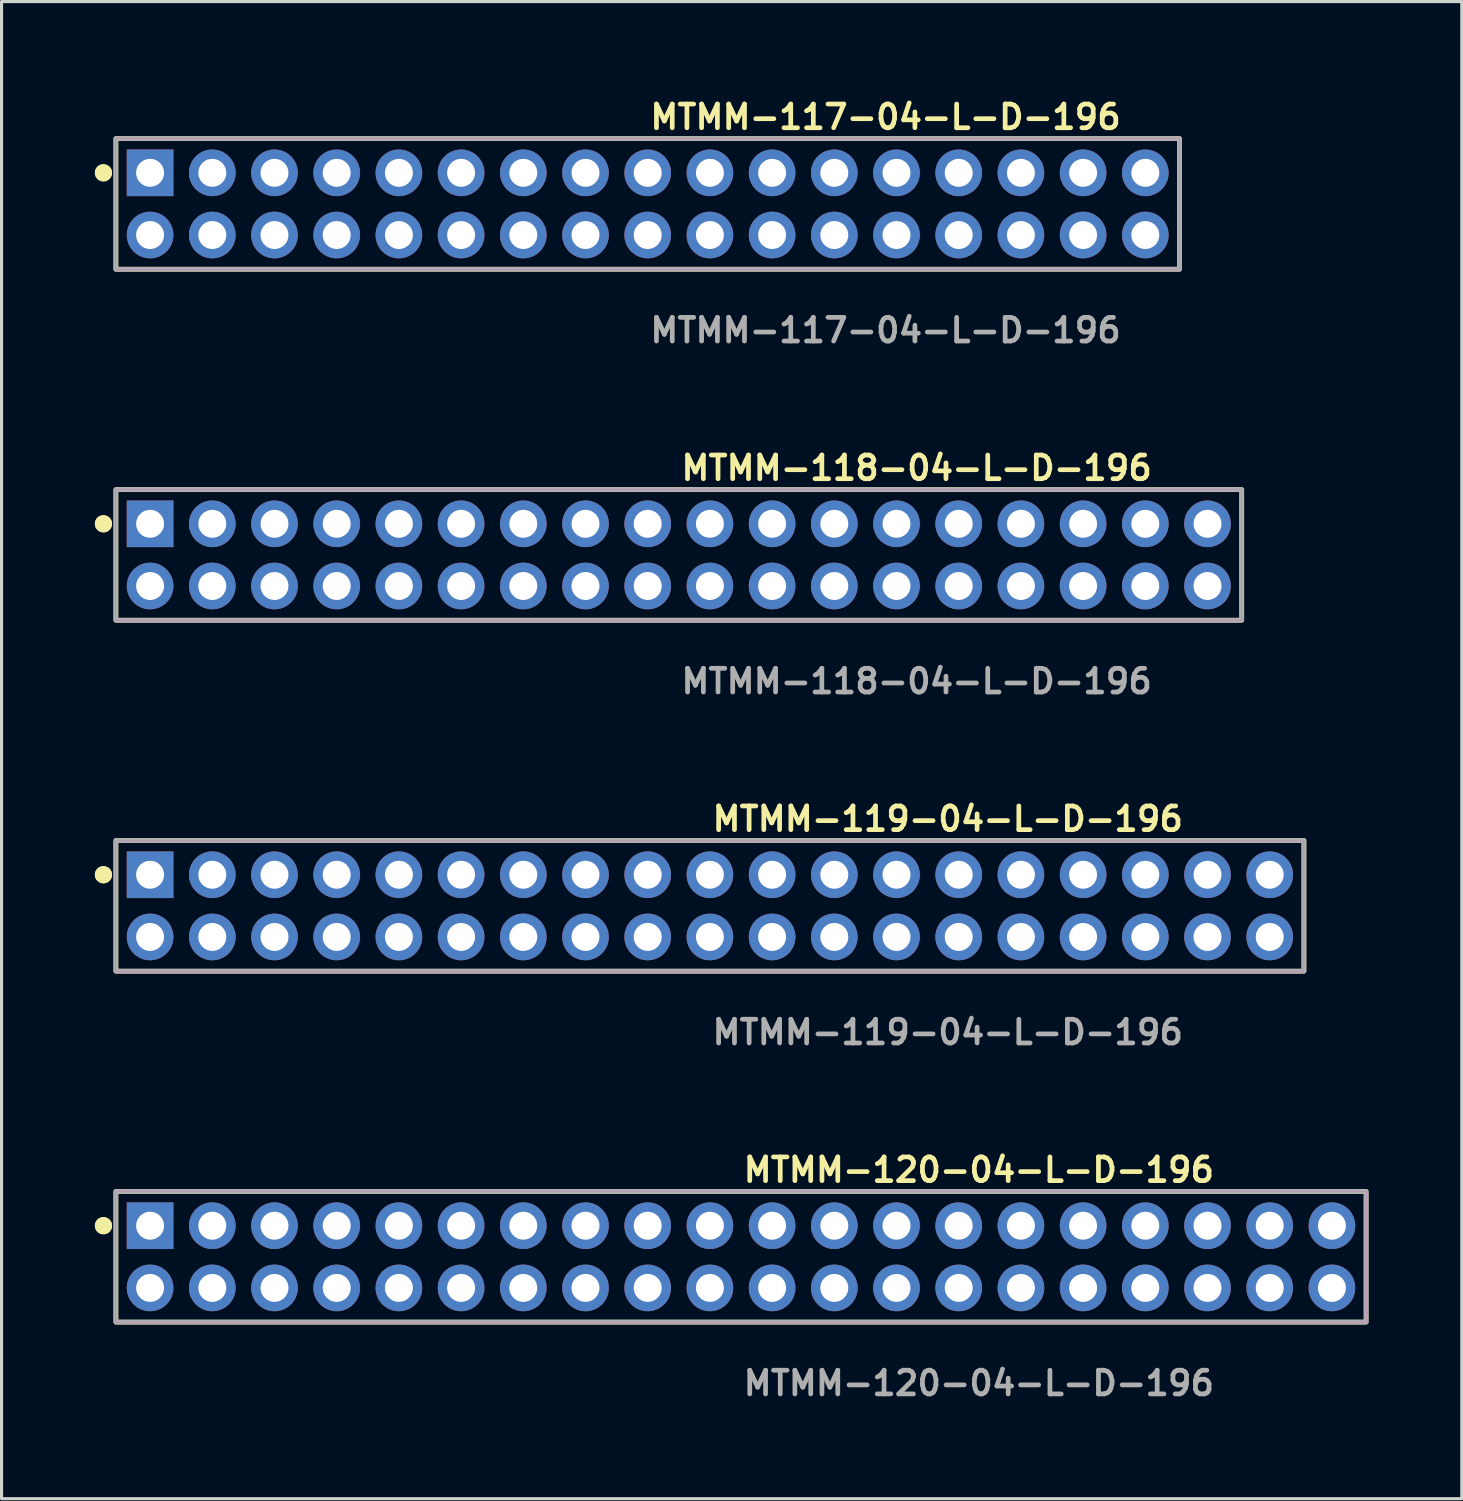
<source format=kicad_pcb>
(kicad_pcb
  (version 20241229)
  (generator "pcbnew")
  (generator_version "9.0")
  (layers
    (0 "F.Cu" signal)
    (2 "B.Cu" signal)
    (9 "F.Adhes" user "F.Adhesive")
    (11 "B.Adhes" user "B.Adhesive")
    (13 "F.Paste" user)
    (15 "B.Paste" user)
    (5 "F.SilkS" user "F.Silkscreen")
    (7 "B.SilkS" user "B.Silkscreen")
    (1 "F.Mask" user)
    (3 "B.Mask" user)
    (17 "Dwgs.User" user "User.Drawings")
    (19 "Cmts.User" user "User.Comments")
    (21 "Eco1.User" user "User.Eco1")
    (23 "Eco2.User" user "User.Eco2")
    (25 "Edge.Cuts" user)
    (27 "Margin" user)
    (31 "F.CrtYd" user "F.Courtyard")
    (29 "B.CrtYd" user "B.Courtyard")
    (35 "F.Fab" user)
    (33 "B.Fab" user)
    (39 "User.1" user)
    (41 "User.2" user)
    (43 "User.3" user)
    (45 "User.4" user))
  (footprint "MTMM-120-04-L-D-196"
    (layer "F.Cu")
    (at 20.776 37.361)
    (property "Reference" "MTMM-120-04-L-D-196" (at 0 -2.794 0) (unlocked yes) (layer "F.SilkS") (effects (font (size 0.762 0.762) (thickness 0.152)) (justify left)))
    (fp_rect (start -20.1 2.1) (end 20.1 -2.1) (stroke (width 0.152) (type solid)) (fill no) (layer "F.SilkS"))
    (fp_circle (center -20.5 -1) (end -20.7 -1) (stroke (width 0.152) (type solid)) (fill yes) (layer "F.SilkS"))
    (fp_circle (center -20.5 -1) (end -20.7 -1) (stroke (width 0.152) (type solid)) (fill yes) (layer "F.SilkS"))
    (fp_rect (start -20.1 2.1) (end 20.1 -2.1) (stroke (width 0.006) (type solid)) (fill no) (layer "F.CrtYd"))
    (fp_rect (start -20.1 2.1) (end 20.1 -2.1) (stroke (width 0.152) (type solid)) (fill no) (layer "F.Fab"))
    (fp_text user "${REFERENCE}" (at 0 4.064 0) (unlocked yes) (layer "F.Fab") (effects (font (size 0.762 0.762) (thickness 0.152)) (justify left)))
    (pad "1" thru_hole rect (at -19 -1) (size 1.5 1.5) (drill 0.9) (layers "*.Cu" "*.Mask"))
    (pad "2" thru_hole circle (at -19 1) (size 1.5 1.5) (drill 0.9) (layers "*.Cu" "*.Mask"))
    (pad "3" thru_hole circle (at -17 -1) (size 1.5 1.5) (drill 0.9) (layers "*.Cu" "*.Mask"))
    (pad "4" thru_hole circle (at -17 1) (size 1.5 1.5) (drill 0.9) (layers "*.Cu" "*.Mask"))
    (pad "5" thru_hole circle (at -15 -1) (size 1.5 1.5) (drill 0.9) (layers "*.Cu" "*.Mask"))
    (pad "6" thru_hole circle (at -15 1) (size 1.5 1.5) (drill 0.9) (layers "*.Cu" "*.Mask"))
    (pad "7" thru_hole circle (at -13 -1) (size 1.5 1.5) (drill 0.9) (layers "*.Cu" "*.Mask"))
    (pad "8" thru_hole circle (at -13 1) (size 1.5 1.5) (drill 0.9) (layers "*.Cu" "*.Mask"))
    (pad "9" thru_hole circle (at -11 -1) (size 1.5 1.5) (drill 0.9) (layers "*.Cu" "*.Mask"))
    (pad "10" thru_hole circle (at -11 1) (size 1.5 1.5) (drill 0.9) (layers "*.Cu" "*.Mask"))
    (pad "11" thru_hole circle (at -9 -1) (size 1.5 1.5) (drill 0.9) (layers "*.Cu" "*.Mask"))
    (pad "12" thru_hole circle (at -9 1) (size 1.5 1.5) (drill 0.9) (layers "*.Cu" "*.Mask"))
    (pad "13" thru_hole circle (at -7 -1) (size 1.5 1.5) (drill 0.9) (layers "*.Cu" "*.Mask"))
    (pad "14" thru_hole circle (at -7 1) (size 1.5 1.5) (drill 0.9) (layers "*.Cu" "*.Mask"))
    (pad "15" thru_hole circle (at -5 -1) (size 1.5 1.5) (drill 0.9) (layers "*.Cu" "*.Mask"))
    (pad "16" thru_hole circle (at -5 1) (size 1.5 1.5) (drill 0.9) (layers "*.Cu" "*.Mask"))
    (pad "17" thru_hole circle (at -3 -1) (size 1.5 1.5) (drill 0.9) (layers "*.Cu" "*.Mask"))
    (pad "18" thru_hole circle (at -3 1) (size 1.5 1.5) (drill 0.9) (layers "*.Cu" "*.Mask"))
    (pad "19" thru_hole circle (at -1 -1) (size 1.5 1.5) (drill 0.9) (layers "*.Cu" "*.Mask"))
    (pad "20" thru_hole circle (at -1 1) (size 1.5 1.5) (drill 0.9) (layers "*.Cu" "*.Mask"))
    (pad "21" thru_hole circle (at 1 -1) (size 1.5 1.5) (drill 0.9) (layers "*.Cu" "*.Mask"))
    (pad "22" thru_hole circle (at 1 1) (size 1.5 1.5) (drill 0.9) (layers "*.Cu" "*.Mask"))
    (pad "23" thru_hole circle (at 3 -1) (size 1.5 1.5) (drill 0.9) (layers "*.Cu" "*.Mask"))
    (pad "24" thru_hole circle (at 3 1) (size 1.5 1.5) (drill 0.9) (layers "*.Cu" "*.Mask"))
    (pad "25" thru_hole circle (at 5 -1) (size 1.5 1.5) (drill 0.9) (layers "*.Cu" "*.Mask"))
    (pad "26" thru_hole circle (at 5 1) (size 1.5 1.5) (drill 0.9) (layers "*.Cu" "*.Mask"))
    (pad "27" thru_hole circle (at 7 -1) (size 1.5 1.5) (drill 0.9) (layers "*.Cu" "*.Mask"))
    (pad "28" thru_hole circle (at 7 1) (size 1.5 1.5) (drill 0.9) (layers "*.Cu" "*.Mask"))
    (pad "29" thru_hole circle (at 9 -1) (size 1.5 1.5) (drill 0.9) (layers "*.Cu" "*.Mask"))
    (pad "30" thru_hole circle (at 9 1) (size 1.5 1.5) (drill 0.9) (layers "*.Cu" "*.Mask"))
    (pad "31" thru_hole circle (at 11 -1) (size 1.5 1.5) (drill 0.9) (layers "*.Cu" "*.Mask"))
    (pad "32" thru_hole circle (at 11 1) (size 1.5 1.5) (drill 0.9) (layers "*.Cu" "*.Mask"))
    (pad "33" thru_hole circle (at 13 -1) (size 1.5 1.5) (drill 0.9) (layers "*.Cu" "*.Mask"))
    (pad "34" thru_hole circle (at 13 1) (size 1.5 1.5) (drill 0.9) (layers "*.Cu" "*.Mask"))
    (pad "35" thru_hole circle (at 15 -1) (size 1.5 1.5) (drill 0.9) (layers "*.Cu" "*.Mask"))
    (pad "36" thru_hole circle (at 15 1) (size 1.5 1.5) (drill 0.9) (layers "*.Cu" "*.Mask"))
    (pad "37" thru_hole circle (at 17 -1) (size 1.5 1.5) (drill 0.9) (layers "*.Cu" "*.Mask"))
    (pad "38" thru_hole circle (at 17 1) (size 1.5 1.5) (drill 0.9) (layers "*.Cu" "*.Mask"))
    (pad "39" thru_hole circle (at 19 -1) (size 1.5 1.5) (drill 0.9) (layers "*.Cu" "*.Mask"))
    (pad "40" thru_hole circle (at 19 1) (size 1.5 1.5) (drill 0.9) (layers "*.Cu" "*.Mask")))
  (footprint "MTMM-117-04-L-D-196"
    (layer "F.Cu")
    (at 17.776 3.507)
    (property "Reference" "MTMM-117-04-L-D-196" (at 0 -2.794 0) (unlocked yes) (layer "F.SilkS") (effects (font (size 0.762 0.762) (thickness 0.152)) (justify left)))
    (fp_rect (start -17.1 2.1) (end 17.1 -2.1) (stroke (width 0.152) (type solid)) (fill no) (layer "F.SilkS"))
    (fp_circle (center -17.5 -1) (end -17.7 -1) (stroke (width 0.152) (type solid)) (fill yes) (layer "F.SilkS"))
    (fp_circle (center -17.5 -1) (end -17.7 -1) (stroke (width 0.152) (type solid)) (fill yes) (layer "F.SilkS"))
    (fp_rect (start -17.1 2.1) (end 17.1 -2.1) (stroke (width 0.006) (type solid)) (fill no) (layer "F.CrtYd"))
    (fp_rect (start -17.1 2.1) (end 17.1 -2.1) (stroke (width 0.152) (type solid)) (fill no) (layer "F.Fab"))
    (fp_text user "${REFERENCE}" (at 0 4.064 0) (unlocked yes) (layer "F.Fab") (effects (font (size 0.762 0.762) (thickness 0.152)) (justify left)))
    (pad "1" thru_hole rect (at -16 -1) (size 1.5 1.5) (drill 0.9) (layers "*.Cu" "*.Mask"))
    (pad "2" thru_hole circle (at -16 1) (size 1.5 1.5) (drill 0.9) (layers "*.Cu" "*.Mask"))
    (pad "3" thru_hole circle (at -14 -1) (size 1.5 1.5) (drill 0.9) (layers "*.Cu" "*.Mask"))
    (pad "4" thru_hole circle (at -14 1) (size 1.5 1.5) (drill 0.9) (layers "*.Cu" "*.Mask"))
    (pad "5" thru_hole circle (at -12 -1) (size 1.5 1.5) (drill 0.9) (layers "*.Cu" "*.Mask"))
    (pad "6" thru_hole circle (at -12 1) (size 1.5 1.5) (drill 0.9) (layers "*.Cu" "*.Mask"))
    (pad "7" thru_hole circle (at -10 -1) (size 1.5 1.5) (drill 0.9) (layers "*.Cu" "*.Mask"))
    (pad "8" thru_hole circle (at -10 1) (size 1.5 1.5) (drill 0.9) (layers "*.Cu" "*.Mask"))
    (pad "9" thru_hole circle (at -8 -1) (size 1.5 1.5) (drill 0.9) (layers "*.Cu" "*.Mask"))
    (pad "10" thru_hole circle (at -8 1) (size 1.5 1.5) (drill 0.9) (layers "*.Cu" "*.Mask"))
    (pad "11" thru_hole circle (at -6 -1) (size 1.5 1.5) (drill 0.9) (layers "*.Cu" "*.Mask"))
    (pad "12" thru_hole circle (at -6 1) (size 1.5 1.5) (drill 0.9) (layers "*.Cu" "*.Mask"))
    (pad "13" thru_hole circle (at -4 -1) (size 1.5 1.5) (drill 0.9) (layers "*.Cu" "*.Mask"))
    (pad "14" thru_hole circle (at -4 1) (size 1.5 1.5) (drill 0.9) (layers "*.Cu" "*.Mask"))
    (pad "15" thru_hole circle (at -2 -1) (size 1.5 1.5) (drill 0.9) (layers "*.Cu" "*.Mask"))
    (pad "16" thru_hole circle (at -2 1) (size 1.5 1.5) (drill 0.9) (layers "*.Cu" "*.Mask"))
    (pad "17" thru_hole circle (at 0 -1) (size 1.5 1.5) (drill 0.9) (layers "*.Cu" "*.Mask"))
    (pad "18" thru_hole circle (at 0 1) (size 1.5 1.5) (drill 0.9) (layers "*.Cu" "*.Mask"))
    (pad "19" thru_hole circle (at 2 -1) (size 1.5 1.5) (drill 0.9) (layers "*.Cu" "*.Mask"))
    (pad "20" thru_hole circle (at 2 1) (size 1.5 1.5) (drill 0.9) (layers "*.Cu" "*.Mask"))
    (pad "21" thru_hole circle (at 4 -1) (size 1.5 1.5) (drill 0.9) (layers "*.Cu" "*.Mask"))
    (pad "22" thru_hole circle (at 4 1) (size 1.5 1.5) (drill 0.9) (layers "*.Cu" "*.Mask"))
    (pad "23" thru_hole circle (at 6 -1) (size 1.5 1.5) (drill 0.9) (layers "*.Cu" "*.Mask"))
    (pad "24" thru_hole circle (at 6 1) (size 1.5 1.5) (drill 0.9) (layers "*.Cu" "*.Mask"))
    (pad "25" thru_hole circle (at 8 -1) (size 1.5 1.5) (drill 0.9) (layers "*.Cu" "*.Mask"))
    (pad "26" thru_hole circle (at 8 1) (size 1.5 1.5) (drill 0.9) (layers "*.Cu" "*.Mask"))
    (pad "27" thru_hole circle (at 10 -1) (size 1.5 1.5) (drill 0.9) (layers "*.Cu" "*.Mask"))
    (pad "28" thru_hole circle (at 10 1) (size 1.5 1.5) (drill 0.9) (layers "*.Cu" "*.Mask"))
    (pad "29" thru_hole circle (at 12 -1) (size 1.5 1.5) (drill 0.9) (layers "*.Cu" "*.Mask"))
    (pad "30" thru_hole circle (at 12 1) (size 1.5 1.5) (drill 0.9) (layers "*.Cu" "*.Mask"))
    (pad "31" thru_hole circle (at 14 -1) (size 1.5 1.5) (drill 0.9) (layers "*.Cu" "*.Mask"))
    (pad "32" thru_hole circle (at 14 1) (size 1.5 1.5) (drill 0.9) (layers "*.Cu" "*.Mask"))
    (pad "33" thru_hole circle (at 16 -1) (size 1.5 1.5) (drill 0.9) (layers "*.Cu" "*.Mask"))
    (pad "34" thru_hole circle (at 16 1) (size 1.5 1.5) (drill 0.9) (layers "*.Cu" "*.Mask")))
  (footprint "MTMM-118-04-L-D-196"
    (layer "F.Cu")
    (at 18.776 14.792)
    (property "Reference" "MTMM-118-04-L-D-196" (at 0 -2.794 0) (unlocked yes) (layer "F.SilkS") (effects (font (size 0.762 0.762) (thickness 0.152)) (justify left)))
    (fp_rect (start -18.1 2.1) (end 18.1 -2.1) (stroke (width 0.152) (type solid)) (fill no) (layer "F.SilkS"))
    (fp_circle (center -18.5 -1) (end -18.7 -1) (stroke (width 0.152) (type solid)) (fill yes) (layer "F.SilkS"))
    (fp_circle (center -18.5 -1) (end -18.7 -1) (stroke (width 0.152) (type solid)) (fill yes) (layer "F.SilkS"))
    (fp_rect (start -18.1 2.1) (end 18.1 -2.1) (stroke (width 0.006) (type solid)) (fill no) (layer "F.CrtYd"))
    (fp_rect (start -18.1 2.1) (end 18.1 -2.1) (stroke (width 0.152) (type solid)) (fill no) (layer "F.Fab"))
    (fp_text user "${REFERENCE}" (at 0 4.064 0) (unlocked yes) (layer "F.Fab") (effects (font (size 0.762 0.762) (thickness 0.152)) (justify left)))
    (pad "1" thru_hole rect (at -17 -1) (size 1.5 1.5) (drill 0.9) (layers "*.Cu" "*.Mask"))
    (pad "2" thru_hole circle (at -17 1) (size 1.5 1.5) (drill 0.9) (layers "*.Cu" "*.Mask"))
    (pad "3" thru_hole circle (at -15 -1) (size 1.5 1.5) (drill 0.9) (layers "*.Cu" "*.Mask"))
    (pad "4" thru_hole circle (at -15 1) (size 1.5 1.5) (drill 0.9) (layers "*.Cu" "*.Mask"))
    (pad "5" thru_hole circle (at -13 -1) (size 1.5 1.5) (drill 0.9) (layers "*.Cu" "*.Mask"))
    (pad "6" thru_hole circle (at -13 1) (size 1.5 1.5) (drill 0.9) (layers "*.Cu" "*.Mask"))
    (pad "7" thru_hole circle (at -11 -1) (size 1.5 1.5) (drill 0.9) (layers "*.Cu" "*.Mask"))
    (pad "8" thru_hole circle (at -11 1) (size 1.5 1.5) (drill 0.9) (layers "*.Cu" "*.Mask"))
    (pad "9" thru_hole circle (at -9 -1) (size 1.5 1.5) (drill 0.9) (layers "*.Cu" "*.Mask"))
    (pad "10" thru_hole circle (at -9 1) (size 1.5 1.5) (drill 0.9) (layers "*.Cu" "*.Mask"))
    (pad "11" thru_hole circle (at -7 -1) (size 1.5 1.5) (drill 0.9) (layers "*.Cu" "*.Mask"))
    (pad "12" thru_hole circle (at -7 1) (size 1.5 1.5) (drill 0.9) (layers "*.Cu" "*.Mask"))
    (pad "13" thru_hole circle (at -5 -1) (size 1.5 1.5) (drill 0.9) (layers "*.Cu" "*.Mask"))
    (pad "14" thru_hole circle (at -5 1) (size 1.5 1.5) (drill 0.9) (layers "*.Cu" "*.Mask"))
    (pad "15" thru_hole circle (at -3 -1) (size 1.5 1.5) (drill 0.9) (layers "*.Cu" "*.Mask"))
    (pad "16" thru_hole circle (at -3 1) (size 1.5 1.5) (drill 0.9) (layers "*.Cu" "*.Mask"))
    (pad "17" thru_hole circle (at -1 -1) (size 1.5 1.5) (drill 0.9) (layers "*.Cu" "*.Mask"))
    (pad "18" thru_hole circle (at -1 1) (size 1.5 1.5) (drill 0.9) (layers "*.Cu" "*.Mask"))
    (pad "19" thru_hole circle (at 1 -1) (size 1.5 1.5) (drill 0.9) (layers "*.Cu" "*.Mask"))
    (pad "20" thru_hole circle (at 1 1) (size 1.5 1.5) (drill 0.9) (layers "*.Cu" "*.Mask"))
    (pad "21" thru_hole circle (at 3 -1) (size 1.5 1.5) (drill 0.9) (layers "*.Cu" "*.Mask"))
    (pad "22" thru_hole circle (at 3 1) (size 1.5 1.5) (drill 0.9) (layers "*.Cu" "*.Mask"))
    (pad "23" thru_hole circle (at 5 -1) (size 1.5 1.5) (drill 0.9) (layers "*.Cu" "*.Mask"))
    (pad "24" thru_hole circle (at 5 1) (size 1.5 1.5) (drill 0.9) (layers "*.Cu" "*.Mask"))
    (pad "25" thru_hole circle (at 7 -1) (size 1.5 1.5) (drill 0.9) (layers "*.Cu" "*.Mask"))
    (pad "26" thru_hole circle (at 7 1) (size 1.5 1.5) (drill 0.9) (layers "*.Cu" "*.Mask"))
    (pad "27" thru_hole circle (at 9 -1) (size 1.5 1.5) (drill 0.9) (layers "*.Cu" "*.Mask"))
    (pad "28" thru_hole circle (at 9 1) (size 1.5 1.5) (drill 0.9) (layers "*.Cu" "*.Mask"))
    (pad "29" thru_hole circle (at 11 -1) (size 1.5 1.5) (drill 0.9) (layers "*.Cu" "*.Mask"))
    (pad "30" thru_hole circle (at 11 1) (size 1.5 1.5) (drill 0.9) (layers "*.Cu" "*.Mask"))
    (pad "31" thru_hole circle (at 13 -1) (size 1.5 1.5) (drill 0.9) (layers "*.Cu" "*.Mask"))
    (pad "32" thru_hole circle (at 13 1) (size 1.5 1.5) (drill 0.9) (layers "*.Cu" "*.Mask"))
    (pad "33" thru_hole circle (at 15 -1) (size 1.5 1.5) (drill 0.9) (layers "*.Cu" "*.Mask"))
    (pad "34" thru_hole circle (at 15 1) (size 1.5 1.5) (drill 0.9) (layers "*.Cu" "*.Mask"))
    (pad "35" thru_hole circle (at 17 -1) (size 1.5 1.5) (drill 0.9) (layers "*.Cu" "*.Mask"))
    (pad "36" thru_hole circle (at 17 1) (size 1.5 1.5) (drill 0.9) (layers "*.Cu" "*.Mask")))
  (footprint "MTMM-119-04-L-D-196"
    (layer "F.Cu")
    (at 19.776 26.076)
    (property "Reference" "MTMM-119-04-L-D-196" (at 0 -2.794 0) (unlocked yes) (layer "F.SilkS") (effects (font (size 0.762 0.762) (thickness 0.152)) (justify left)))
    (fp_rect (start -19.1 2.1) (end 19.1 -2.1) (stroke (width 0.152) (type solid)) (fill no) (layer "F.SilkS"))
    (fp_circle (center -19.5 -1) (end -19.7 -1) (stroke (width 0.152) (type solid)) (fill yes) (layer "F.SilkS"))
    (fp_circle (center -19.5 -1) (end -19.7 -1) (stroke (width 0.152) (type solid)) (fill yes) (layer "F.SilkS"))
    (fp_rect (start -19.1 2.1) (end 19.1 -2.1) (stroke (width 0.006) (type solid)) (fill no) (layer "F.CrtYd"))
    (fp_rect (start -19.1 2.1) (end 19.1 -2.1) (stroke (width 0.152) (type solid)) (fill no) (layer "F.Fab"))
    (fp_text user "${REFERENCE}" (at 0 4.064 0) (unlocked yes) (layer "F.Fab") (effects (font (size 0.762 0.762) (thickness 0.152)) (justify left)))
    (pad "1" thru_hole rect (at -18 -1) (size 1.5 1.5) (drill 0.9) (layers "*.Cu" "*.Mask"))
    (pad "2" thru_hole circle (at -18 1) (size 1.5 1.5) (drill 0.9) (layers "*.Cu" "*.Mask"))
    (pad "3" thru_hole circle (at -16 -1) (size 1.5 1.5) (drill 0.9) (layers "*.Cu" "*.Mask"))
    (pad "4" thru_hole circle (at -16 1) (size 1.5 1.5) (drill 0.9) (layers "*.Cu" "*.Mask"))
    (pad "5" thru_hole circle (at -14 -1) (size 1.5 1.5) (drill 0.9) (layers "*.Cu" "*.Mask"))
    (pad "6" thru_hole circle (at -14 1) (size 1.5 1.5) (drill 0.9) (layers "*.Cu" "*.Mask"))
    (pad "7" thru_hole circle (at -12 -1) (size 1.5 1.5) (drill 0.9) (layers "*.Cu" "*.Mask"))
    (pad "8" thru_hole circle (at -12 1) (size 1.5 1.5) (drill 0.9) (layers "*.Cu" "*.Mask"))
    (pad "9" thru_hole circle (at -10 -1) (size 1.5 1.5) (drill 0.9) (layers "*.Cu" "*.Mask"))
    (pad "10" thru_hole circle (at -10 1) (size 1.5 1.5) (drill 0.9) (layers "*.Cu" "*.Mask"))
    (pad "11" thru_hole circle (at -8 -1) (size 1.5 1.5) (drill 0.9) (layers "*.Cu" "*.Mask"))
    (pad "12" thru_hole circle (at -8 1) (size 1.5 1.5) (drill 0.9) (layers "*.Cu" "*.Mask"))
    (pad "13" thru_hole circle (at -6 -1) (size 1.5 1.5) (drill 0.9) (layers "*.Cu" "*.Mask"))
    (pad "14" thru_hole circle (at -6 1) (size 1.5 1.5) (drill 0.9) (layers "*.Cu" "*.Mask"))
    (pad "15" thru_hole circle (at -4 -1) (size 1.5 1.5) (drill 0.9) (layers "*.Cu" "*.Mask"))
    (pad "16" thru_hole circle (at -4 1) (size 1.5 1.5) (drill 0.9) (layers "*.Cu" "*.Mask"))
    (pad "17" thru_hole circle (at -2 -1) (size 1.5 1.5) (drill 0.9) (layers "*.Cu" "*.Mask"))
    (pad "18" thru_hole circle (at -2 1) (size 1.5 1.5) (drill 0.9) (layers "*.Cu" "*.Mask"))
    (pad "19" thru_hole circle (at 0 -1) (size 1.5 1.5) (drill 0.9) (layers "*.Cu" "*.Mask"))
    (pad "20" thru_hole circle (at 0 1) (size 1.5 1.5) (drill 0.9) (layers "*.Cu" "*.Mask"))
    (pad "21" thru_hole circle (at 2 -1) (size 1.5 1.5) (drill 0.9) (layers "*.Cu" "*.Mask"))
    (pad "22" thru_hole circle (at 2 1) (size 1.5 1.5) (drill 0.9) (layers "*.Cu" "*.Mask"))
    (pad "23" thru_hole circle (at 4 -1) (size 1.5 1.5) (drill 0.9) (layers "*.Cu" "*.Mask"))
    (pad "24" thru_hole circle (at 4 1) (size 1.5 1.5) (drill 0.9) (layers "*.Cu" "*.Mask"))
    (pad "25" thru_hole circle (at 6 -1) (size 1.5 1.5) (drill 0.9) (layers "*.Cu" "*.Mask"))
    (pad "26" thru_hole circle (at 6 1) (size 1.5 1.5) (drill 0.9) (layers "*.Cu" "*.Mask"))
    (pad "27" thru_hole circle (at 8 -1) (size 1.5 1.5) (drill 0.9) (layers "*.Cu" "*.Mask"))
    (pad "28" thru_hole circle (at 8 1) (size 1.5 1.5) (drill 0.9) (layers "*.Cu" "*.Mask"))
    (pad "29" thru_hole circle (at 10 -1) (size 1.5 1.5) (drill 0.9) (layers "*.Cu" "*.Mask"))
    (pad "30" thru_hole circle (at 10 1) (size 1.5 1.5) (drill 0.9) (layers "*.Cu" "*.Mask"))
    (pad "31" thru_hole circle (at 12 -1) (size 1.5 1.5) (drill 0.9) (layers "*.Cu" "*.Mask"))
    (pad "32" thru_hole circle (at 12 1) (size 1.5 1.5) (drill 0.9) (layers "*.Cu" "*.Mask"))
    (pad "33" thru_hole circle (at 14 -1) (size 1.5 1.5) (drill 0.9) (layers "*.Cu" "*.Mask"))
    (pad "34" thru_hole circle (at 14 1) (size 1.5 1.5) (drill 0.9) (layers "*.Cu" "*.Mask"))
    (pad "35" thru_hole circle (at 16 -1) (size 1.5 1.5) (drill 0.9) (layers "*.Cu" "*.Mask"))
    (pad "36" thru_hole circle (at 16 1) (size 1.5 1.5) (drill 0.9) (layers "*.Cu" "*.Mask"))
    (pad "37" thru_hole circle (at 18 -1) (size 1.5 1.5) (drill 0.9) (layers "*.Cu" "*.Mask"))
    (pad "38" thru_hole circle (at 18 1) (size 1.5 1.5) (drill 0.9) (layers "*.Cu" "*.Mask")))
  (gr_rect
    (start -3 -3)
    (end 43.952 45.138)
    (stroke (width 0.1) (type default))
    (fill no)
    (layer "Edge.Cuts")))
</source>
